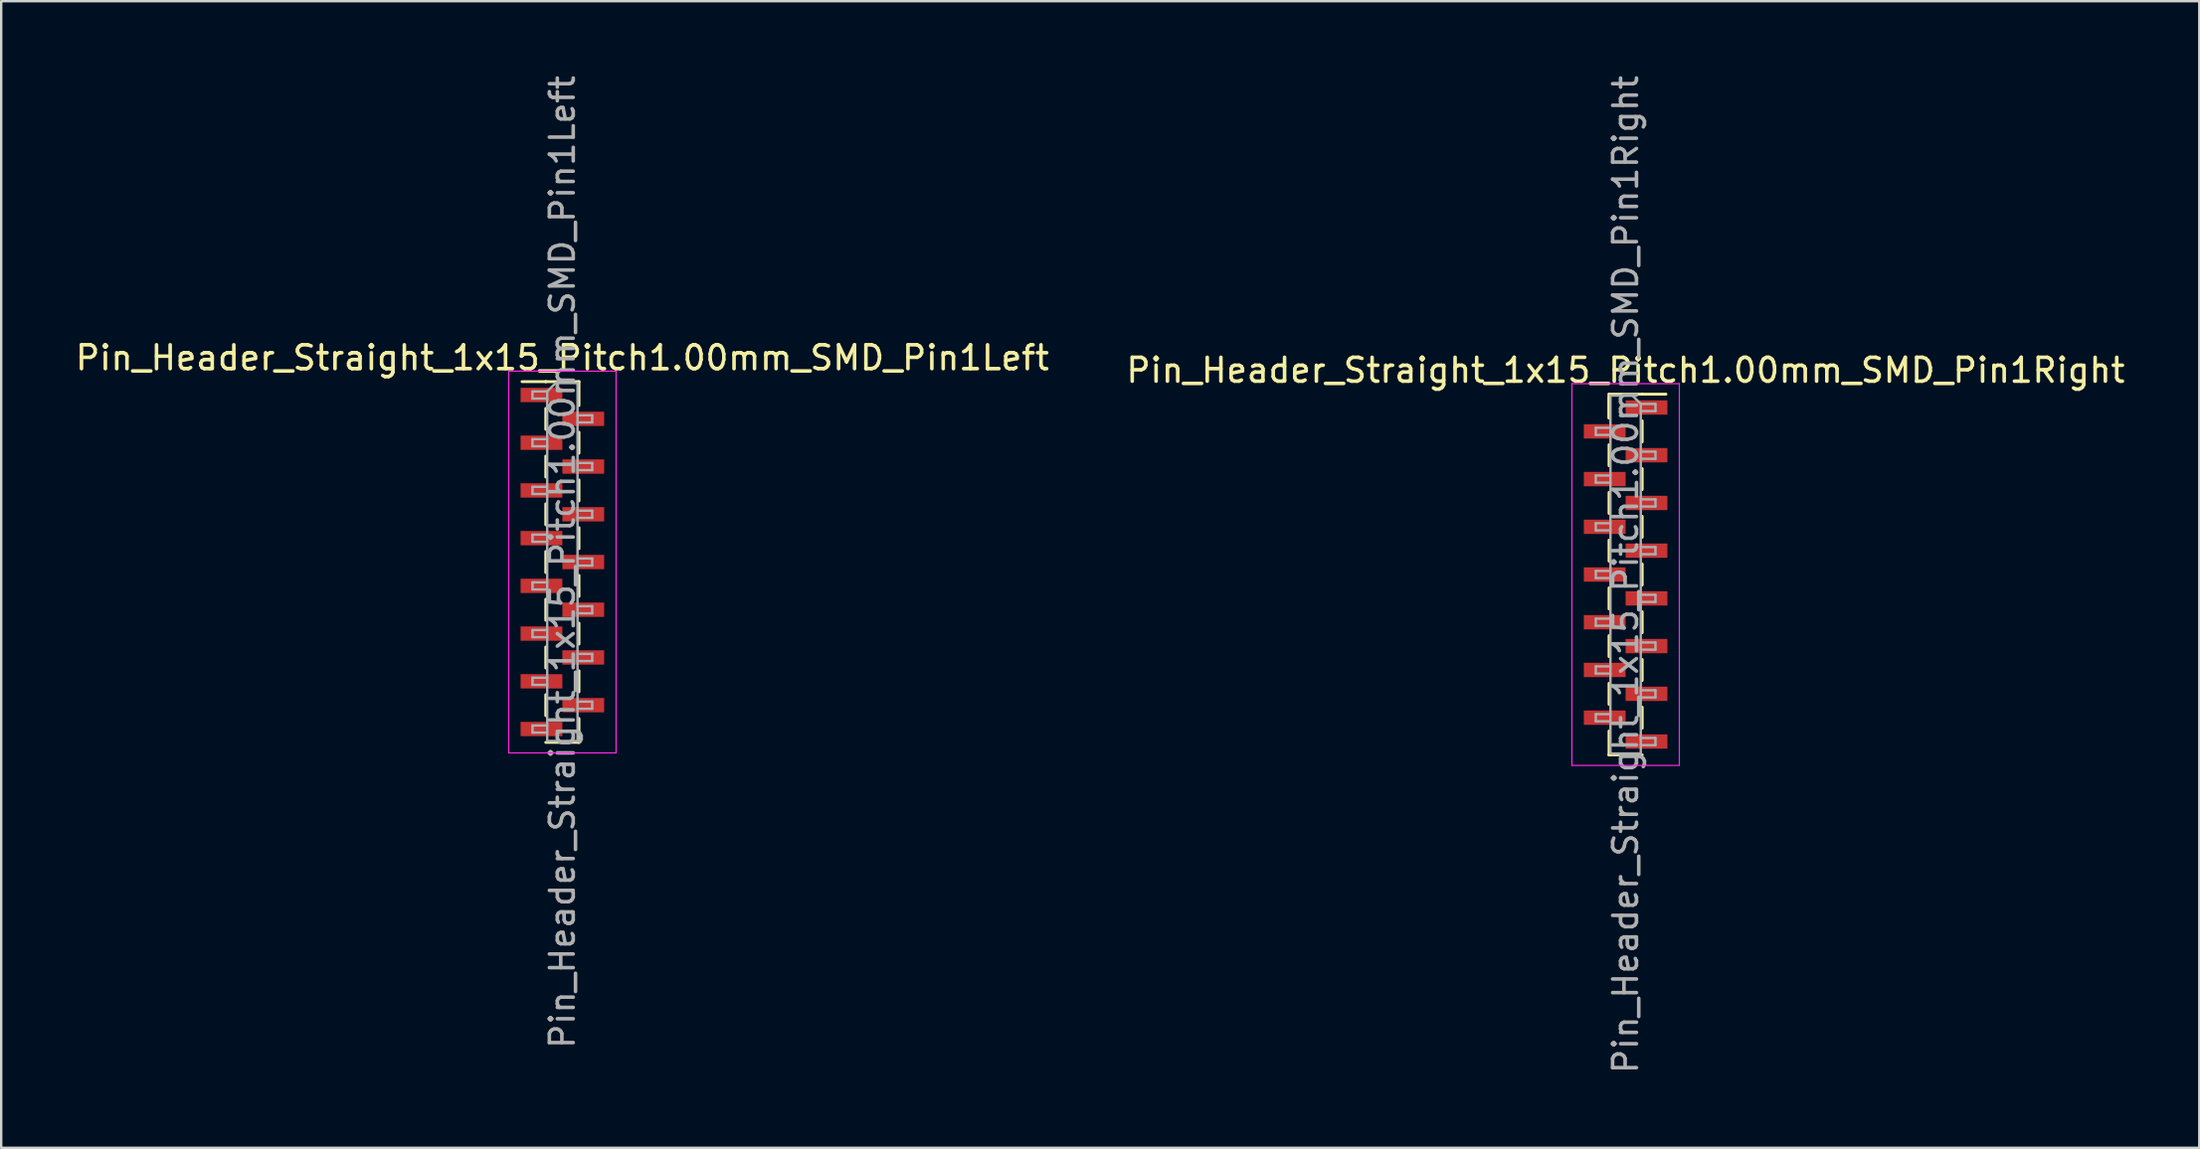
<source format=kicad_pcb>
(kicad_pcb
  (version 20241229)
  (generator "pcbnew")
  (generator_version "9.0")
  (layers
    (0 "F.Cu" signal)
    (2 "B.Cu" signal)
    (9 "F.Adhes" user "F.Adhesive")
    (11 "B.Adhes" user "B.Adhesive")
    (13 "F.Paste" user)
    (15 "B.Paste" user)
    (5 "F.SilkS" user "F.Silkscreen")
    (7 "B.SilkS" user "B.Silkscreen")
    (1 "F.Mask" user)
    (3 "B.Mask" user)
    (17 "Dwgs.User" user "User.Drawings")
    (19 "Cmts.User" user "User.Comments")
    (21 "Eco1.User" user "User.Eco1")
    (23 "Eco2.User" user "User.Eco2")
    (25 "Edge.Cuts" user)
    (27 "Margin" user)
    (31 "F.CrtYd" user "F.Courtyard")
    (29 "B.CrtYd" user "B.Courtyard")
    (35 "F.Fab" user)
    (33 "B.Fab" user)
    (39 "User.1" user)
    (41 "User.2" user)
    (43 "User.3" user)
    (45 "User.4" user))
  (footprint "Pin_Header_Straight_1x15_Pitch1.00mm_SMD_Pin1Right"
    (layer "F.Cu")
    (at 65.042 21.03)
    (property "Reference" "Pin_Header_Straight_1x15_Pitch1.00mm_SMD_Pin1Right" (at 0 -8.56 0) (layer "F.SilkS") (effects (font (size 1 1) (thickness 0.15))))
    (attr smd)
    (fp_line (start -0.695 -7.56) (end -0.695 -6.56) (stroke (width 0.12) (type solid)) (layer "F.SilkS"))
    (fp_line (start -0.695 -7.56) (end 0.695 -7.56) (stroke (width 0.12) (type solid)) (layer "F.SilkS"))
    (fp_line (start -0.695 -7.44) (end -0.695 -6.56) (stroke (width 0.12) (type solid)) (layer "F.SilkS"))
    (fp_line (start -0.695 -5.44) (end -0.695 -4.56) (stroke (width 0.12) (type solid)) (layer "F.SilkS"))
    (fp_line (start -0.695 -3.44) (end -0.695 -2.56) (stroke (width 0.12) (type solid)) (layer "F.SilkS"))
    (fp_line (start -0.695 -1.44) (end -0.695 -0.56) (stroke (width 0.12) (type solid)) (layer "F.SilkS"))
    (fp_line (start -0.695 0.56) (end -0.695 1.44) (stroke (width 0.12) (type solid)) (layer "F.SilkS"))
    (fp_line (start -0.695 2.56) (end -0.695 3.44) (stroke (width 0.12) (type solid)) (layer "F.SilkS"))
    (fp_line (start -0.695 4.56) (end -0.695 5.44) (stroke (width 0.12) (type solid)) (layer "F.SilkS"))
    (fp_line (start -0.695 6.56) (end -0.695 7.56) (stroke (width 0.12) (type solid)) (layer "F.SilkS"))
    (fp_line (start -0.695 7.56) (end -0.695 7.56) (stroke (width 0.12) (type solid)) (layer "F.SilkS"))
    (fp_line (start -0.695 7.56) (end 0.695 7.56) (stroke (width 0.12) (type solid)) (layer "F.SilkS"))
    (fp_line (start 0.695 -7.56) (end 0.695 -7.56) (stroke (width 0.12) (type solid)) (layer "F.SilkS"))
    (fp_line (start 0.695 -7.56) (end 1.69 -7.56) (stroke (width 0.12) (type solid)) (layer "F.SilkS"))
    (fp_line (start 0.695 -6.44) (end 0.695 -5.56) (stroke (width 0.12) (type solid)) (layer "F.SilkS"))
    (fp_line (start 0.695 -4.44) (end 0.695 -3.56) (stroke (width 0.12) (type solid)) (layer "F.SilkS"))
    (fp_line (start 0.695 -2.44) (end 0.695 -1.56) (stroke (width 0.12) (type solid)) (layer "F.SilkS"))
    (fp_line (start 0.695 -0.44) (end 0.695 0.44) (stroke (width 0.12) (type solid)) (layer "F.SilkS"))
    (fp_line (start 0.695 1.56) (end 0.695 2.44) (stroke (width 0.12) (type solid)) (layer "F.SilkS"))
    (fp_line (start 0.695 3.56) (end 0.695 4.44) (stroke (width 0.12) (type solid)) (layer "F.SilkS"))
    (fp_line (start 0.695 5.56) (end 0.695 6.44) (stroke (width 0.12) (type solid)) (layer "F.SilkS"))
    (fp_line (start -2.25 -8) (end -2.25 8) (stroke (width 0.05) (type solid)) (layer "F.CrtYd"))
    (fp_line (start -2.25 8) (end 2.25 8) (stroke (width 0.05) (type solid)) (layer "F.CrtYd"))
    (fp_line (start 2.25 -8) (end -2.25 -8) (stroke (width 0.05) (type solid)) (layer "F.CrtYd"))
    (fp_line (start 2.25 8) (end 2.25 -8) (stroke (width 0.05) (type solid)) (layer "F.CrtYd"))
    (fp_line (start -1.25 -6.15) (end -1.25 -5.85) (stroke (width 0.1) (type solid)) (layer "F.Fab"))
    (fp_line (start -1.25 -5.85) (end -0.635 -5.85) (stroke (width 0.1) (type solid)) (layer "F.Fab"))
    (fp_line (start -1.25 -4.15) (end -1.25 -3.85) (stroke (width 0.1) (type solid)) (layer "F.Fab"))
    (fp_line (start -1.25 -3.85) (end -0.635 -3.85) (stroke (width 0.1) (type solid)) (layer "F.Fab"))
    (fp_line (start -1.25 -2.15) (end -1.25 -1.85) (stroke (width 0.1) (type solid)) (layer "F.Fab"))
    (fp_line (start -1.25 -1.85) (end -0.635 -1.85) (stroke (width 0.1) (type solid)) (layer "F.Fab"))
    (fp_line (start -1.25 -0.15) (end -1.25 0.15) (stroke (width 0.1) (type solid)) (layer "F.Fab"))
    (fp_line (start -1.25 0.15) (end -0.635 0.15) (stroke (width 0.1) (type solid)) (layer "F.Fab"))
    (fp_line (start -1.25 1.85) (end -1.25 2.15) (stroke (width 0.1) (type solid)) (layer "F.Fab"))
    (fp_line (start -1.25 2.15) (end -0.635 2.15) (stroke (width 0.1) (type solid)) (layer "F.Fab"))
    (fp_line (start -1.25 3.85) (end -1.25 4.15) (stroke (width 0.1) (type solid)) (layer "F.Fab"))
    (fp_line (start -1.25 4.15) (end -0.635 4.15) (stroke (width 0.1) (type solid)) (layer "F.Fab"))
    (fp_line (start -1.25 5.85) (end -1.25 6.15) (stroke (width 0.1) (type solid)) (layer "F.Fab"))
    (fp_line (start -1.25 6.15) (end -0.635 6.15) (stroke (width 0.1) (type solid)) (layer "F.Fab"))
    (fp_line (start -0.635 -7.5) (end -0.635 7.5) (stroke (width 0.1) (type solid)) (layer "F.Fab"))
    (fp_line (start -0.635 -7.5) (end 0.285 -7.5) (stroke (width 0.1) (type solid)) (layer "F.Fab"))
    (fp_line (start -0.635 -6.15) (end -1.25 -6.15) (stroke (width 0.1) (type solid)) (layer "F.Fab"))
    (fp_line (start -0.635 -4.15) (end -1.25 -4.15) (stroke (width 0.1) (type solid)) (layer "F.Fab"))
    (fp_line (start -0.635 -2.15) (end -1.25 -2.15) (stroke (width 0.1) (type solid)) (layer "F.Fab"))
    (fp_line (start -0.635 -0.15) (end -1.25 -0.15) (stroke (width 0.1) (type solid)) (layer "F.Fab"))
    (fp_line (start -0.635 1.85) (end -1.25 1.85) (stroke (width 0.1) (type solid)) (layer "F.Fab"))
    (fp_line (start -0.635 3.85) (end -1.25 3.85) (stroke (width 0.1) (type solid)) (layer "F.Fab"))
    (fp_line (start -0.635 5.85) (end -1.25 5.85) (stroke (width 0.1) (type solid)) (layer "F.Fab"))
    (fp_line (start 0.635 -7.15) (end 0.285 -7.5) (stroke (width 0.1) (type solid)) (layer "F.Fab"))
    (fp_line (start 0.635 -7.15) (end 1.25 -7.15) (stroke (width 0.1) (type solid)) (layer "F.Fab"))
    (fp_line (start 0.635 -5.15) (end 1.25 -5.15) (stroke (width 0.1) (type solid)) (layer "F.Fab"))
    (fp_line (start 0.635 -3.15) (end 1.25 -3.15) (stroke (width 0.1) (type solid)) (layer "F.Fab"))
    (fp_line (start 0.635 -1.15) (end 1.25 -1.15) (stroke (width 0.1) (type solid)) (layer "F.Fab"))
    (fp_line (start 0.635 0.85) (end 1.25 0.85) (stroke (width 0.1) (type solid)) (layer "F.Fab"))
    (fp_line (start 0.635 2.85) (end 1.25 2.85) (stroke (width 0.1) (type solid)) (layer "F.Fab"))
    (fp_line (start 0.635 4.85) (end 1.25 4.85) (stroke (width 0.1) (type solid)) (layer "F.Fab"))
    (fp_line (start 0.635 6.85) (end 1.25 6.85) (stroke (width 0.1) (type solid)) (layer "F.Fab"))
    (fp_line (start 0.635 7.5) (end -0.635 7.5) (stroke (width 0.1) (type solid)) (layer "F.Fab"))
    (fp_line (start 0.635 7.5) (end 0.635 -7.15) (stroke (width 0.1) (type solid)) (layer "F.Fab"))
    (fp_line (start 1.25 -7.15) (end 1.25 -6.85) (stroke (width 0.1) (type solid)) (layer "F.Fab"))
    (fp_line (start 1.25 -6.85) (end 0.635 -6.85) (stroke (width 0.1) (type solid)) (layer "F.Fab"))
    (fp_line (start 1.25 -5.15) (end 1.25 -4.85) (stroke (width 0.1) (type solid)) (layer "F.Fab"))
    (fp_line (start 1.25 -4.85) (end 0.635 -4.85) (stroke (width 0.1) (type solid)) (layer "F.Fab"))
    (fp_line (start 1.25 -3.15) (end 1.25 -2.85) (stroke (width 0.1) (type solid)) (layer "F.Fab"))
    (fp_line (start 1.25 -2.85) (end 0.635 -2.85) (stroke (width 0.1) (type solid)) (layer "F.Fab"))
    (fp_line (start 1.25 -1.15) (end 1.25 -0.85) (stroke (width 0.1) (type solid)) (layer "F.Fab"))
    (fp_line (start 1.25 -0.85) (end 0.635 -0.85) (stroke (width 0.1) (type solid)) (layer "F.Fab"))
    (fp_line (start 1.25 0.85) (end 1.25 1.15) (stroke (width 0.1) (type solid)) (layer "F.Fab"))
    (fp_line (start 1.25 1.15) (end 0.635 1.15) (stroke (width 0.1) (type solid)) (layer "F.Fab"))
    (fp_line (start 1.25 2.85) (end 1.25 3.15) (stroke (width 0.1) (type solid)) (layer "F.Fab"))
    (fp_line (start 1.25 3.15) (end 0.635 3.15) (stroke (width 0.1) (type solid)) (layer "F.Fab"))
    (fp_line (start 1.25 4.85) (end 1.25 5.15) (stroke (width 0.1) (type solid)) (layer "F.Fab"))
    (fp_line (start 1.25 5.15) (end 0.635 5.15) (stroke (width 0.1) (type solid)) (layer "F.Fab"))
    (fp_line (start 1.25 6.85) (end 1.25 7.15) (stroke (width 0.1) (type solid)) (layer "F.Fab"))
    (fp_line (start 1.25 7.15) (end 0.635 7.15) (stroke (width 0.1) (type solid)) (layer "F.Fab"))
    (fp_text user "${REFERENCE}" (at 0 0 90) (layer "F.Fab") (effects (font (size 1 1) (thickness 0.15))))
    (pad "1" smd rect (at 0.875 -7) (size 1.75 0.6) (layers "F.Cu" "F.Mask" "F.Paste"))
    (pad "2" smd rect (at -0.875 -6) (size 1.75 0.6) (layers "F.Cu" "F.Mask" "F.Paste"))
    (pad "3" smd rect (at 0.875 -5) (size 1.75 0.6) (layers "F.Cu" "F.Mask" "F.Paste"))
    (pad "4" smd rect (at -0.875 -4) (size 1.75 0.6) (layers "F.Cu" "F.Mask" "F.Paste"))
    (pad "5" smd rect (at 0.875 -3) (size 1.75 0.6) (layers "F.Cu" "F.Mask" "F.Paste"))
    (pad "6" smd rect (at -0.875 -2) (size 1.75 0.6) (layers "F.Cu" "F.Mask" "F.Paste"))
    (pad "7" smd rect (at 0.875 -1) (size 1.75 0.6) (layers "F.Cu" "F.Mask" "F.Paste"))
    (pad "8" smd rect (at -0.875 0) (size 1.75 0.6) (layers "F.Cu" "F.Mask" "F.Paste"))
    (pad "9" smd rect (at 0.875 1) (size 1.75 0.6) (layers "F.Cu" "F.Mask" "F.Paste"))
    (pad "10" smd rect (at -0.875 2) (size 1.75 0.6) (layers "F.Cu" "F.Mask" "F.Paste"))
    (pad "11" smd rect (at 0.875 3) (size 1.75 0.6) (layers "F.Cu" "F.Mask" "F.Paste"))
    (pad "12" smd rect (at -0.875 4) (size 1.75 0.6) (layers "F.Cu" "F.Mask" "F.Paste"))
    (pad "13" smd rect (at 0.875 5) (size 1.75 0.6) (layers "F.Cu" "F.Mask" "F.Paste"))
    (pad "14" smd rect (at -0.875 6) (size 1.75 0.6) (layers "F.Cu" "F.Mask" "F.Paste"))
    (pad "15" smd rect (at 0.875 7) (size 1.75 0.6) (layers "F.Cu" "F.Mask" "F.Paste")))
  (footprint "Pin_Header_Straight_1x15_Pitch1.00mm_SMD_Pin1Left"
    (layer "F.Cu")
    (at 20.506 20.506)
    (property "Reference" "Pin_Header_Straight_1x15_Pitch1.00mm_SMD_Pin1Left" (at 0 -8.56 0) (layer "F.SilkS") (effects (font (size 1 1) (thickness 0.15))))
    (attr smd)
    (fp_line (start -0.695 -7.56) (end -1.69 -7.56) (stroke (width 0.12) (type solid)) (layer "F.SilkS"))
    (fp_line (start -0.695 -7.56) (end -0.695 -7.56) (stroke (width 0.12) (type solid)) (layer "F.SilkS"))
    (fp_line (start -0.695 -7.56) (end 0.695 -7.56) (stroke (width 0.12) (type solid)) (layer "F.SilkS"))
    (fp_line (start -0.695 -6.44) (end -0.695 -5.56) (stroke (width 0.12) (type solid)) (layer "F.SilkS"))
    (fp_line (start -0.695 -4.44) (end -0.695 -3.56) (stroke (width 0.12) (type solid)) (layer "F.SilkS"))
    (fp_line (start -0.695 -2.44) (end -0.695 -1.56) (stroke (width 0.12) (type solid)) (layer "F.SilkS"))
    (fp_line (start -0.695 -0.44) (end -0.695 0.44) (stroke (width 0.12) (type solid)) (layer "F.SilkS"))
    (fp_line (start -0.695 1.56) (end -0.695 2.44) (stroke (width 0.12) (type solid)) (layer "F.SilkS"))
    (fp_line (start -0.695 3.56) (end -0.695 4.44) (stroke (width 0.12) (type solid)) (layer "F.SilkS"))
    (fp_line (start -0.695 5.56) (end -0.695 6.44) (stroke (width 0.12) (type solid)) (layer "F.SilkS"))
    (fp_line (start -0.695 7.56) (end 0.695 7.56) (stroke (width 0.12) (type solid)) (layer "F.SilkS"))
    (fp_line (start 0.695 -7.56) (end 0.695 -6.56) (stroke (width 0.12) (type solid)) (layer "F.SilkS"))
    (fp_line (start 0.695 -5.44) (end 0.695 -4.56) (stroke (width 0.12) (type solid)) (layer "F.SilkS"))
    (fp_line (start 0.695 -3.44) (end 0.695 -2.56) (stroke (width 0.12) (type solid)) (layer "F.SilkS"))
    (fp_line (start 0.695 -1.44) (end 0.695 -0.56) (stroke (width 0.12) (type solid)) (layer "F.SilkS"))
    (fp_line (start 0.695 0.56) (end 0.695 1.44) (stroke (width 0.12) (type solid)) (layer "F.SilkS"))
    (fp_line (start 0.695 2.56) (end 0.695 3.44) (stroke (width 0.12) (type solid)) (layer "F.SilkS"))
    (fp_line (start 0.695 4.56) (end 0.695 5.44) (stroke (width 0.12) (type solid)) (layer "F.SilkS"))
    (fp_line (start 0.695 6.56) (end 0.695 7.56) (stroke (width 0.12) (type solid)) (layer "F.SilkS"))
    (fp_line (start 0.695 7.56) (end 0.695 7.56) (stroke (width 0.12) (type solid)) (layer "F.SilkS"))
    (fp_line (start -2.25 -8) (end -2.25 8) (stroke (width 0.05) (type solid)) (layer "F.CrtYd"))
    (fp_line (start -2.25 8) (end 2.25 8) (stroke (width 0.05) (type solid)) (layer "F.CrtYd"))
    (fp_line (start 2.25 -8) (end -2.25 -8) (stroke (width 0.05) (type solid)) (layer "F.CrtYd"))
    (fp_line (start 2.25 8) (end 2.25 -8) (stroke (width 0.05) (type solid)) (layer "F.CrtYd"))
    (fp_line (start -1.25 -7.15) (end -1.25 -6.85) (stroke (width 0.1) (type solid)) (layer "F.Fab"))
    (fp_line (start -1.25 -6.85) (end -0.635 -6.85) (stroke (width 0.1) (type solid)) (layer "F.Fab"))
    (fp_line (start -1.25 -5.15) (end -1.25 -4.85) (stroke (width 0.1) (type solid)) (layer "F.Fab"))
    (fp_line (start -1.25 -4.85) (end -0.635 -4.85) (stroke (width 0.1) (type solid)) (layer "F.Fab"))
    (fp_line (start -1.25 -3.15) (end -1.25 -2.85) (stroke (width 0.1) (type solid)) (layer "F.Fab"))
    (fp_line (start -1.25 -2.85) (end -0.635 -2.85) (stroke (width 0.1) (type solid)) (layer "F.Fab"))
    (fp_line (start -1.25 -1.15) (end -1.25 -0.85) (stroke (width 0.1) (type solid)) (layer "F.Fab"))
    (fp_line (start -1.25 -0.85) (end -0.635 -0.85) (stroke (width 0.1) (type solid)) (layer "F.Fab"))
    (fp_line (start -1.25 0.85) (end -1.25 1.15) (stroke (width 0.1) (type solid)) (layer "F.Fab"))
    (fp_line (start -1.25 1.15) (end -0.635 1.15) (stroke (width 0.1) (type solid)) (layer "F.Fab"))
    (fp_line (start -1.25 2.85) (end -1.25 3.15) (stroke (width 0.1) (type solid)) (layer "F.Fab"))
    (fp_line (start -1.25 3.15) (end -0.635 3.15) (stroke (width 0.1) (type solid)) (layer "F.Fab"))
    (fp_line (start -1.25 4.85) (end -1.25 5.15) (stroke (width 0.1) (type solid)) (layer "F.Fab"))
    (fp_line (start -1.25 5.15) (end -0.635 5.15) (stroke (width 0.1) (type solid)) (layer "F.Fab"))
    (fp_line (start -1.25 6.85) (end -1.25 7.15) (stroke (width 0.1) (type solid)) (layer "F.Fab"))
    (fp_line (start -1.25 7.15) (end -0.635 7.15) (stroke (width 0.1) (type solid)) (layer "F.Fab"))
    (fp_line (start -0.635 -7.15) (end -1.25 -7.15) (stroke (width 0.1) (type solid)) (layer "F.Fab"))
    (fp_line (start -0.635 -7.15) (end -0.285 -7.5) (stroke (width 0.1) (type solid)) (layer "F.Fab"))
    (fp_line (start -0.635 -5.15) (end -1.25 -5.15) (stroke (width 0.1) (type solid)) (layer "F.Fab"))
    (fp_line (start -0.635 -3.15) (end -1.25 -3.15) (stroke (width 0.1) (type solid)) (layer "F.Fab"))
    (fp_line (start -0.635 -1.15) (end -1.25 -1.15) (stroke (width 0.1) (type solid)) (layer "F.Fab"))
    (fp_line (start -0.635 0.85) (end -1.25 0.85) (stroke (width 0.1) (type solid)) (layer "F.Fab"))
    (fp_line (start -0.635 2.85) (end -1.25 2.85) (stroke (width 0.1) (type solid)) (layer "F.Fab"))
    (fp_line (start -0.635 4.85) (end -1.25 4.85) (stroke (width 0.1) (type solid)) (layer "F.Fab"))
    (fp_line (start -0.635 6.85) (end -1.25 6.85) (stroke (width 0.1) (type solid)) (layer "F.Fab"))
    (fp_line (start -0.635 7.5) (end -0.635 -7.15) (stroke (width 0.1) (type solid)) (layer "F.Fab"))
    (fp_line (start -0.285 -7.5) (end 0.635 -7.5) (stroke (width 0.1) (type solid)) (layer "F.Fab"))
    (fp_line (start 0.635 -7.5) (end 0.635 7.5) (stroke (width 0.1) (type solid)) (layer "F.Fab"))
    (fp_line (start 0.635 -6.15) (end 1.25 -6.15) (stroke (width 0.1) (type solid)) (layer "F.Fab"))
    (fp_line (start 0.635 -4.15) (end 1.25 -4.15) (stroke (width 0.1) (type solid)) (layer "F.Fab"))
    (fp_line (start 0.635 -2.15) (end 1.25 -2.15) (stroke (width 0.1) (type solid)) (layer "F.Fab"))
    (fp_line (start 0.635 -0.15) (end 1.25 -0.15) (stroke (width 0.1) (type solid)) (layer "F.Fab"))
    (fp_line (start 0.635 1.85) (end 1.25 1.85) (stroke (width 0.1) (type solid)) (layer "F.Fab"))
    (fp_line (start 0.635 3.85) (end 1.25 3.85) (stroke (width 0.1) (type solid)) (layer "F.Fab"))
    (fp_line (start 0.635 5.85) (end 1.25 5.85) (stroke (width 0.1) (type solid)) (layer "F.Fab"))
    (fp_line (start 0.635 7.5) (end -0.635 7.5) (stroke (width 0.1) (type solid)) (layer "F.Fab"))
    (fp_line (start 1.25 -6.15) (end 1.25 -5.85) (stroke (width 0.1) (type solid)) (layer "F.Fab"))
    (fp_line (start 1.25 -5.85) (end 0.635 -5.85) (stroke (width 0.1) (type solid)) (layer "F.Fab"))
    (fp_line (start 1.25 -4.15) (end 1.25 -3.85) (stroke (width 0.1) (type solid)) (layer "F.Fab"))
    (fp_line (start 1.25 -3.85) (end 0.635 -3.85) (stroke (width 0.1) (type solid)) (layer "F.Fab"))
    (fp_line (start 1.25 -2.15) (end 1.25 -1.85) (stroke (width 0.1) (type solid)) (layer "F.Fab"))
    (fp_line (start 1.25 -1.85) (end 0.635 -1.85) (stroke (width 0.1) (type solid)) (layer "F.Fab"))
    (fp_line (start 1.25 -0.15) (end 1.25 0.15) (stroke (width 0.1) (type solid)) (layer "F.Fab"))
    (fp_line (start 1.25 0.15) (end 0.635 0.15) (stroke (width 0.1) (type solid)) (layer "F.Fab"))
    (fp_line (start 1.25 1.85) (end 1.25 2.15) (stroke (width 0.1) (type solid)) (layer "F.Fab"))
    (fp_line (start 1.25 2.15) (end 0.635 2.15) (stroke (width 0.1) (type solid)) (layer "F.Fab"))
    (fp_line (start 1.25 3.85) (end 1.25 4.15) (stroke (width 0.1) (type solid)) (layer "F.Fab"))
    (fp_line (start 1.25 4.15) (end 0.635 4.15) (stroke (width 0.1) (type solid)) (layer "F.Fab"))
    (fp_line (start 1.25 5.85) (end 1.25 6.15) (stroke (width 0.1) (type solid)) (layer "F.Fab"))
    (fp_line (start 1.25 6.15) (end 0.635 6.15) (stroke (width 0.1) (type solid)) (layer "F.Fab"))
    (fp_text user "${REFERENCE}" (at 0 0 90) (layer "F.Fab") (effects (font (size 1 1) (thickness 0.15))))
    (pad "1" smd rect (at -0.875 -7) (size 1.75 0.6) (layers "F.Cu" "F.Mask" "F.Paste"))
    (pad "2" smd rect (at 0.875 -6) (size 1.75 0.6) (layers "F.Cu" "F.Mask" "F.Paste"))
    (pad "3" smd rect (at -0.875 -5) (size 1.75 0.6) (layers "F.Cu" "F.Mask" "F.Paste"))
    (pad "4" smd rect (at 0.875 -4) (size 1.75 0.6) (layers "F.Cu" "F.Mask" "F.Paste"))
    (pad "5" smd rect (at -0.875 -3) (size 1.75 0.6) (layers "F.Cu" "F.Mask" "F.Paste"))
    (pad "6" smd rect (at 0.875 -2) (size 1.75 0.6) (layers "F.Cu" "F.Mask" "F.Paste"))
    (pad "7" smd rect (at -0.875 -1) (size 1.75 0.6) (layers "F.Cu" "F.Mask" "F.Paste"))
    (pad "8" smd rect (at 0.875 0) (size 1.75 0.6) (layers "F.Cu" "F.Mask" "F.Paste"))
    (pad "9" smd rect (at -0.875 1) (size 1.75 0.6) (layers "F.Cu" "F.Mask" "F.Paste"))
    (pad "10" smd rect (at 0.875 2) (size 1.75 0.6) (layers "F.Cu" "F.Mask" "F.Paste"))
    (pad "11" smd rect (at -0.875 3) (size 1.75 0.6) (layers "F.Cu" "F.Mask" "F.Paste"))
    (pad "12" smd rect (at 0.875 4) (size 1.75 0.6) (layers "F.Cu" "F.Mask" "F.Paste"))
    (pad "13" smd rect (at -0.875 5) (size 1.75 0.6) (layers "F.Cu" "F.Mask" "F.Paste"))
    (pad "14" smd rect (at 0.875 6) (size 1.75 0.6) (layers "F.Cu" "F.Mask" "F.Paste"))
    (pad "15" smd rect (at -0.875 7) (size 1.75 0.6) (layers "F.Cu" "F.Mask" "F.Paste")))
  (gr_rect
    (start -3 -3)
    (end 89.071 45.06)
    (stroke (width 0.1) (type default))
    (fill no)
    (layer "Edge.Cuts")))
</source>
